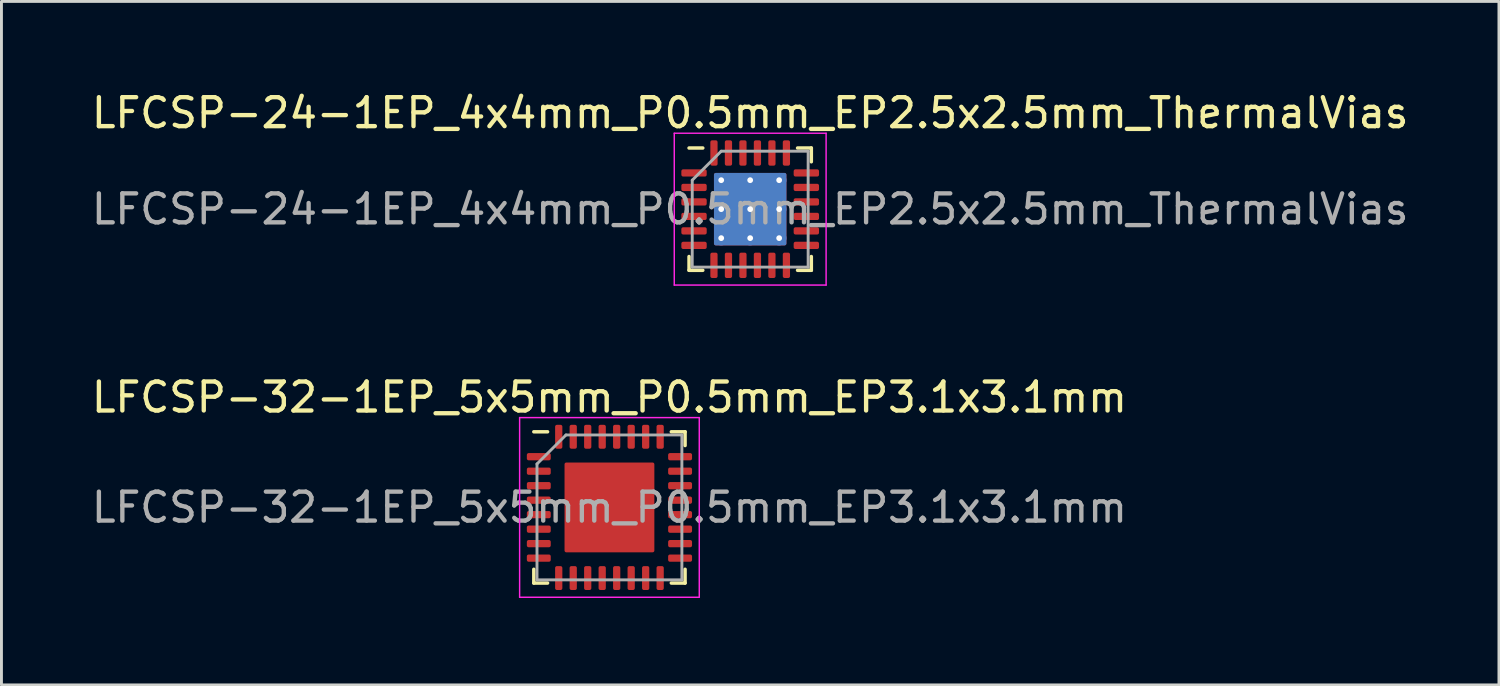
<source format=kicad_pcb>
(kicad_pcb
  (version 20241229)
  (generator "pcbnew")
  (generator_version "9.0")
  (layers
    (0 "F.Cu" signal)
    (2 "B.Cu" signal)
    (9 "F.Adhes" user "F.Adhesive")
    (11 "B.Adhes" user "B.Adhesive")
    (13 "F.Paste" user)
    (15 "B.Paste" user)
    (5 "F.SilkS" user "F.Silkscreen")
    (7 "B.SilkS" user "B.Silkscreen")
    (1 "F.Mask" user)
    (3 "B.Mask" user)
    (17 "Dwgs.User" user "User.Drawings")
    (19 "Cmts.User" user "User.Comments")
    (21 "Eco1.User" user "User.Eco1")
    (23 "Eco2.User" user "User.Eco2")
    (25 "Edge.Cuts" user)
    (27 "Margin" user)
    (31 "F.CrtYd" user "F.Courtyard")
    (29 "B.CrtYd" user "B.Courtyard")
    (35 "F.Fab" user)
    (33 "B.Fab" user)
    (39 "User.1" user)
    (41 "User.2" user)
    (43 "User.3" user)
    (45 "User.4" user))
  (footprint "LFCSP-32-1EP_5x5mm_P0.5mm_EP3.1x3.1mm"
    (layer "F.Cu")
    (at 17.982 14.461)
    (property "Reference" "LFCSP-32-1EP_5x5mm_P0.5mm_EP3.1x3.1mm" (at 0 -3.8 0) (layer "F.SilkS") (effects (font (size 1 1) (thickness 0.15))))
    (attr smd)
    (fp_line (start -2.61 2.61) (end -2.61 2.135) (stroke (width 0.12) (type solid)) (layer "F.SilkS"))
    (fp_line (start -2.135 -2.61) (end -2.61 -2.61) (stroke (width 0.12) (type solid)) (layer "F.SilkS"))
    (fp_line (start -2.135 2.61) (end -2.61 2.61) (stroke (width 0.12) (type solid)) (layer "F.SilkS"))
    (fp_line (start 2.135 -2.61) (end 2.61 -2.61) (stroke (width 0.12) (type solid)) (layer "F.SilkS"))
    (fp_line (start 2.135 2.61) (end 2.61 2.61) (stroke (width 0.12) (type solid)) (layer "F.SilkS"))
    (fp_line (start 2.61 -2.61) (end 2.61 -2.135) (stroke (width 0.12) (type solid)) (layer "F.SilkS"))
    (fp_line (start 2.61 2.61) (end 2.61 2.135) (stroke (width 0.12) (type solid)) (layer "F.SilkS"))
    (fp_line (start -3.1 -3.1) (end -3.1 3.1) (stroke (width 0.05) (type solid)) (layer "F.CrtYd"))
    (fp_line (start -3.1 3.1) (end 3.1 3.1) (stroke (width 0.05) (type solid)) (layer "F.CrtYd"))
    (fp_line (start 3.1 -3.1) (end -3.1 -3.1) (stroke (width 0.05) (type solid)) (layer "F.CrtYd"))
    (fp_line (start 3.1 3.1) (end 3.1 -3.1) (stroke (width 0.05) (type solid)) (layer "F.CrtYd"))
    (fp_line (start -2.5 -1.5) (end -1.5 -2.5) (stroke (width 0.1) (type solid)) (layer "F.Fab"))
    (fp_line (start -2.5 2.5) (end -2.5 -1.5) (stroke (width 0.1) (type solid)) (layer "F.Fab"))
    (fp_line (start -1.5 -2.5) (end 2.5 -2.5) (stroke (width 0.1) (type solid)) (layer "F.Fab"))
    (fp_line (start 2.5 -2.5) (end 2.5 2.5) (stroke (width 0.1) (type solid)) (layer "F.Fab"))
    (fp_line (start 2.5 2.5) (end -2.5 2.5) (stroke (width 0.1) (type solid)) (layer "F.Fab"))
    (fp_text user "${REFERENCE}" (at 0 0 0) (layer "F.Fab") (effects (font (size 1 1) (thickness 0.15))))
    (pad "" smd roundrect (at -1.03 -1.03) (size 0.83 0.83) (layers "F.Paste") (roundrect_rratio 0.25))
    (pad "" smd roundrect (at -1.03 0) (size 0.83 0.83) (layers "F.Paste") (roundrect_rratio 0.25))
    (pad "" smd roundrect (at -1.03 1.03) (size 0.83 0.83) (layers "F.Paste") (roundrect_rratio 0.25))
    (pad "" smd roundrect (at 0 -1.03) (size 0.83 0.83) (layers "F.Paste") (roundrect_rratio 0.25))
    (pad "" smd roundrect (at 0 0) (size 0.83 0.83) (layers "F.Paste") (roundrect_rratio 0.25))
    (pad "" smd roundrect (at 0 1.03) (size 0.83 0.83) (layers "F.Paste") (roundrect_rratio 0.25))
    (pad "" smd roundrect (at 1.03 -1.03) (size 0.83 0.83) (layers "F.Paste") (roundrect_rratio 0.25))
    (pad "" smd roundrect (at 1.03 0) (size 0.83 0.83) (layers "F.Paste") (roundrect_rratio 0.25))
    (pad "" smd roundrect (at 1.03 1.03) (size 0.83 0.83) (layers "F.Paste") (roundrect_rratio 0.25))
    (pad "1" smd roundrect (at -2.438 -1.75) (size 0.825 0.25) (layers "F.Cu" "F.Mask" "F.Paste") (roundrect_rratio 0.25))
    (pad "2" smd roundrect (at -2.438 -1.25) (size 0.825 0.25) (layers "F.Cu" "F.Mask" "F.Paste") (roundrect_rratio 0.25))
    (pad "3" smd roundrect (at -2.438 -0.75) (size 0.825 0.25) (layers "F.Cu" "F.Mask" "F.Paste") (roundrect_rratio 0.25))
    (pad "4" smd roundrect (at -2.438 -0.25) (size 0.825 0.25) (layers "F.Cu" "F.Mask" "F.Paste") (roundrect_rratio 0.25))
    (pad "5" smd roundrect (at -2.438 0.25) (size 0.825 0.25) (layers "F.Cu" "F.Mask" "F.Paste") (roundrect_rratio 0.25))
    (pad "6" smd roundrect (at -2.438 0.75) (size 0.825 0.25) (layers "F.Cu" "F.Mask" "F.Paste") (roundrect_rratio 0.25))
    (pad "7" smd roundrect (at -2.438 1.25) (size 0.825 0.25) (layers "F.Cu" "F.Mask" "F.Paste") (roundrect_rratio 0.25))
    (pad "8" smd roundrect (at -2.438 1.75) (size 0.825 0.25) (layers "F.Cu" "F.Mask" "F.Paste") (roundrect_rratio 0.25))
    (pad "9" smd roundrect (at -1.75 2.438) (size 0.25 0.825) (layers "F.Cu" "F.Mask" "F.Paste") (roundrect_rratio 0.25))
    (pad "10" smd roundrect (at -1.25 2.438) (size 0.25 0.825) (layers "F.Cu" "F.Mask" "F.Paste") (roundrect_rratio 0.25))
    (pad "11" smd roundrect (at -0.75 2.438) (size 0.25 0.825) (layers "F.Cu" "F.Mask" "F.Paste") (roundrect_rratio 0.25))
    (pad "12" smd roundrect (at -0.25 2.438) (size 0.25 0.825) (layers "F.Cu" "F.Mask" "F.Paste") (roundrect_rratio 0.25))
    (pad "13" smd roundrect (at 0.25 2.438) (size 0.25 0.825) (layers "F.Cu" "F.Mask" "F.Paste") (roundrect_rratio 0.25))
    (pad "14" smd roundrect (at 0.75 2.438) (size 0.25 0.825) (layers "F.Cu" "F.Mask" "F.Paste") (roundrect_rratio 0.25))
    (pad "15" smd roundrect (at 1.25 2.438) (size 0.25 0.825) (layers "F.Cu" "F.Mask" "F.Paste") (roundrect_rratio 0.25))
    (pad "16" smd roundrect (at 1.75 2.438) (size 0.25 0.825) (layers "F.Cu" "F.Mask" "F.Paste") (roundrect_rratio 0.25))
    (pad "17" smd roundrect (at 2.438 1.75) (size 0.825 0.25) (layers "F.Cu" "F.Mask" "F.Paste") (roundrect_rratio 0.25))
    (pad "18" smd roundrect (at 2.438 1.25) (size 0.825 0.25) (layers "F.Cu" "F.Mask" "F.Paste") (roundrect_rratio 0.25))
    (pad "19" smd roundrect (at 2.438 0.75) (size 0.825 0.25) (layers "F.Cu" "F.Mask" "F.Paste") (roundrect_rratio 0.25))
    (pad "20" smd roundrect (at 2.438 0.25) (size 0.825 0.25) (layers "F.Cu" "F.Mask" "F.Paste") (roundrect_rratio 0.25))
    (pad "21" smd roundrect (at 2.438 -0.25) (size 0.825 0.25) (layers "F.Cu" "F.Mask" "F.Paste") (roundrect_rratio 0.25))
    (pad "22" smd roundrect (at 2.438 -0.75) (size 0.825 0.25) (layers "F.Cu" "F.Mask" "F.Paste") (roundrect_rratio 0.25))
    (pad "23" smd roundrect (at 2.438 -1.25) (size 0.825 0.25) (layers "F.Cu" "F.Mask" "F.Paste") (roundrect_rratio 0.25))
    (pad "24" smd roundrect (at 2.438 -1.75) (size 0.825 0.25) (layers "F.Cu" "F.Mask" "F.Paste") (roundrect_rratio 0.25))
    (pad "25" smd roundrect (at 1.75 -2.438) (size 0.25 0.825) (layers "F.Cu" "F.Mask" "F.Paste") (roundrect_rratio 0.25))
    (pad "26" smd roundrect (at 1.25 -2.438) (size 0.25 0.825) (layers "F.Cu" "F.Mask" "F.Paste") (roundrect_rratio 0.25))
    (pad "27" smd roundrect (at 0.75 -2.438) (size 0.25 0.825) (layers "F.Cu" "F.Mask" "F.Paste") (roundrect_rratio 0.25))
    (pad "28" smd roundrect (at 0.25 -2.438) (size 0.25 0.825) (layers "F.Cu" "F.Mask" "F.Paste") (roundrect_rratio 0.25))
    (pad "29" smd roundrect (at -0.25 -2.438) (size 0.25 0.825) (layers "F.Cu" "F.Mask" "F.Paste") (roundrect_rratio 0.25))
    (pad "30" smd roundrect (at -0.75 -2.438) (size 0.25 0.825) (layers "F.Cu" "F.Mask" "F.Paste") (roundrect_rratio 0.25))
    (pad "31" smd roundrect (at -1.25 -2.438) (size 0.25 0.825) (layers "F.Cu" "F.Mask" "F.Paste") (roundrect_rratio 0.25))
    (pad "32" smd roundrect (at -1.75 -2.438) (size 0.25 0.825) (layers "F.Cu" "F.Mask" "F.Paste") (roundrect_rratio 0.25))
    (pad "33" smd roundrect (at 0 0) (size 3.1 3.1) (layers "F.Cu" "F.Mask") (roundrect_rratio 0.02)))
  (footprint "LFCSP-24-1EP_4x4mm_P0.5mm_EP2.5x2.5mm_ThermalVias"
    (layer "F.Cu")
    (at 22.839 4.168)
    (property "Reference" "LFCSP-24-1EP_4x4mm_P0.5mm_EP2.5x2.5mm_ThermalVias" (at 0 -3.32 0) (layer "F.SilkS") (effects (font (size 1 1) (thickness 0.15))))
    (attr smd)
    (fp_line (start -2.11 2.11) (end -2.11 1.635) (stroke (width 0.12) (type solid)) (layer "F.SilkS"))
    (fp_line (start -1.635 -2.11) (end -2.11 -2.11) (stroke (width 0.12) (type solid)) (layer "F.SilkS"))
    (fp_line (start -1.635 2.11) (end -2.11 2.11) (stroke (width 0.12) (type solid)) (layer "F.SilkS"))
    (fp_line (start 1.635 -2.11) (end 2.11 -2.11) (stroke (width 0.12) (type solid)) (layer "F.SilkS"))
    (fp_line (start 1.635 2.11) (end 2.11 2.11) (stroke (width 0.12) (type solid)) (layer "F.SilkS"))
    (fp_line (start 2.11 -2.11) (end 2.11 -1.635) (stroke (width 0.12) (type solid)) (layer "F.SilkS"))
    (fp_line (start 2.11 2.11) (end 2.11 1.635) (stroke (width 0.12) (type solid)) (layer "F.SilkS"))
    (fp_line (start -2.62 -2.62) (end -2.62 2.62) (stroke (width 0.05) (type solid)) (layer "F.CrtYd"))
    (fp_line (start -2.62 2.62) (end 2.62 2.62) (stroke (width 0.05) (type solid)) (layer "F.CrtYd"))
    (fp_line (start 2.62 -2.62) (end -2.62 -2.62) (stroke (width 0.05) (type solid)) (layer "F.CrtYd"))
    (fp_line (start 2.62 2.62) (end 2.62 -2.62) (stroke (width 0.05) (type solid)) (layer "F.CrtYd"))
    (fp_line (start -2 -1) (end -1 -2) (stroke (width 0.1) (type solid)) (layer "F.Fab"))
    (fp_line (start -2 2) (end -2 -1) (stroke (width 0.1) (type solid)) (layer "F.Fab"))
    (fp_line (start -1 -2) (end 2 -2) (stroke (width 0.1) (type solid)) (layer "F.Fab"))
    (fp_line (start 2 -2) (end 2 2) (stroke (width 0.1) (type solid)) (layer "F.Fab"))
    (fp_line (start 2 2) (end -2 2) (stroke (width 0.1) (type solid)) (layer "F.Fab"))
    (fp_text user "${REFERENCE}" (at 0 0 0) (layer "F.Fab") (effects (font (size 1 1) (thickness 0.15))))
    (pad "" smd roundrect (at -0.625 -0.625) (size 1.08 1.08) (layers "F.Paste") (roundrect_rratio 0.231))
    (pad "" smd roundrect (at -0.625 0.625) (size 1.08 1.08) (layers "F.Paste") (roundrect_rratio 0.231))
    (pad "" smd roundrect (at 0.625 -0.625) (size 1.08 1.08) (layers "F.Paste") (roundrect_rratio 0.231))
    (pad "" smd roundrect (at 0.625 0.625) (size 1.08 1.08) (layers "F.Paste") (roundrect_rratio 0.231))
    (pad "1" smd roundrect (at -1.938 -1.25) (size 0.875 0.25) (layers "F.Cu" "F.Mask" "F.Paste") (roundrect_rratio 0.25))
    (pad "2" smd roundrect (at -1.938 -0.75) (size 0.875 0.25) (layers "F.Cu" "F.Mask" "F.Paste") (roundrect_rratio 0.25))
    (pad "3" smd roundrect (at -1.938 -0.25) (size 0.875 0.25) (layers "F.Cu" "F.Mask" "F.Paste") (roundrect_rratio 0.25))
    (pad "4" smd roundrect (at -1.938 0.25) (size 0.875 0.25) (layers "F.Cu" "F.Mask" "F.Paste") (roundrect_rratio 0.25))
    (pad "5" smd roundrect (at -1.938 0.75) (size 0.875 0.25) (layers "F.Cu" "F.Mask" "F.Paste") (roundrect_rratio 0.25))
    (pad "6" smd roundrect (at -1.938 1.25) (size 0.875 0.25) (layers "F.Cu" "F.Mask" "F.Paste") (roundrect_rratio 0.25))
    (pad "7" smd roundrect (at -1.25 1.938) (size 0.25 0.875) (layers "F.Cu" "F.Mask" "F.Paste") (roundrect_rratio 0.25))
    (pad "8" smd roundrect (at -0.75 1.938) (size 0.25 0.875) (layers "F.Cu" "F.Mask" "F.Paste") (roundrect_rratio 0.25))
    (pad "9" smd roundrect (at -0.25 1.938) (size 0.25 0.875) (layers "F.Cu" "F.Mask" "F.Paste") (roundrect_rratio 0.25))
    (pad "10" smd roundrect (at 0.25 1.938) (size 0.25 0.875) (layers "F.Cu" "F.Mask" "F.Paste") (roundrect_rratio 0.25))
    (pad "11" smd roundrect (at 0.75 1.938) (size 0.25 0.875) (layers "F.Cu" "F.Mask" "F.Paste") (roundrect_rratio 0.25))
    (pad "12" smd roundrect (at 1.25 1.938) (size 0.25 0.875) (layers "F.Cu" "F.Mask" "F.Paste") (roundrect_rratio 0.25))
    (pad "13" smd roundrect (at 1.938 1.25) (size 0.875 0.25) (layers "F.Cu" "F.Mask" "F.Paste") (roundrect_rratio 0.25))
    (pad "14" smd roundrect (at 1.938 0.75) (size 0.875 0.25) (layers "F.Cu" "F.Mask" "F.Paste") (roundrect_rratio 0.25))
    (pad "15" smd roundrect (at 1.938 0.25) (size 0.875 0.25) (layers "F.Cu" "F.Mask" "F.Paste") (roundrect_rratio 0.25))
    (pad "16" smd roundrect (at 1.938 -0.25) (size 0.875 0.25) (layers "F.Cu" "F.Mask" "F.Paste") (roundrect_rratio 0.25))
    (pad "17" smd roundrect (at 1.938 -0.75) (size 0.875 0.25) (layers "F.Cu" "F.Mask" "F.Paste") (roundrect_rratio 0.25))
    (pad "18" smd roundrect (at 1.938 -1.25) (size 0.875 0.25) (layers "F.Cu" "F.Mask" "F.Paste") (roundrect_rratio 0.25))
    (pad "19" smd roundrect (at 1.25 -1.938) (size 0.25 0.875) (layers "F.Cu" "F.Mask" "F.Paste") (roundrect_rratio 0.25))
    (pad "20" smd roundrect (at 0.75 -1.938) (size 0.25 0.875) (layers "F.Cu" "F.Mask" "F.Paste") (roundrect_rratio 0.25))
    (pad "21" smd roundrect (at 0.25 -1.938) (size 0.25 0.875) (layers "F.Cu" "F.Mask" "F.Paste") (roundrect_rratio 0.25))
    (pad "22" smd roundrect (at -0.25 -1.938) (size 0.25 0.875) (layers "F.Cu" "F.Mask" "F.Paste") (roundrect_rratio 0.25))
    (pad "23" smd roundrect (at -0.75 -1.938) (size 0.25 0.875) (layers "F.Cu" "F.Mask" "F.Paste") (roundrect_rratio 0.25))
    (pad "24" smd roundrect (at -1.25 -1.938) (size 0.25 0.875) (layers "F.Cu" "F.Mask" "F.Paste") (roundrect_rratio 0.25))
    (pad "25" thru_hole circle (at -1 -1) (size 0.5 0.5) (drill 0.2) (layers "*.Cu"))
    (pad "25" thru_hole circle (at -1 0) (size 0.5 0.5) (drill 0.2) (layers "*.Cu"))
    (pad "25" thru_hole circle (at -1 1) (size 0.5 0.5) (drill 0.2) (layers "*.Cu"))
    (pad "25" thru_hole circle (at 0 -1) (size 0.5 0.5) (drill 0.2) (layers "*.Cu"))
    (pad "25" thru_hole circle (at 0 0) (size 0.5 0.5) (drill 0.2) (layers "*.Cu"))
    (pad "25" smd roundrect (at 0 0) (size 2.5 2.5) (layers "F.Cu" "F.Mask") (roundrect_rratio 0.025))
    (pad "25" smd roundrect (at 0 0) (size 2.5 2.5) (layers "B.Cu") (roundrect_rratio 0.025))
    (pad "25" thru_hole circle (at 0 1) (size 0.5 0.5) (drill 0.2) (layers "*.Cu"))
    (pad "25" thru_hole circle (at 1 -1) (size 0.5 0.5) (drill 0.2) (layers "*.Cu"))
    (pad "25" thru_hole circle (at 1 0) (size 0.5 0.5) (drill 0.2) (layers "*.Cu"))
    (pad "25" thru_hole circle (at 1 1) (size 0.5 0.5) (drill 0.2) (layers "*.Cu")))
  (gr_rect
    (start -3 -3)
    (end 48.679 20.587)
    (stroke (width 0.1) (type default))
    (fill no)
    (layer "Edge.Cuts")))
</source>
